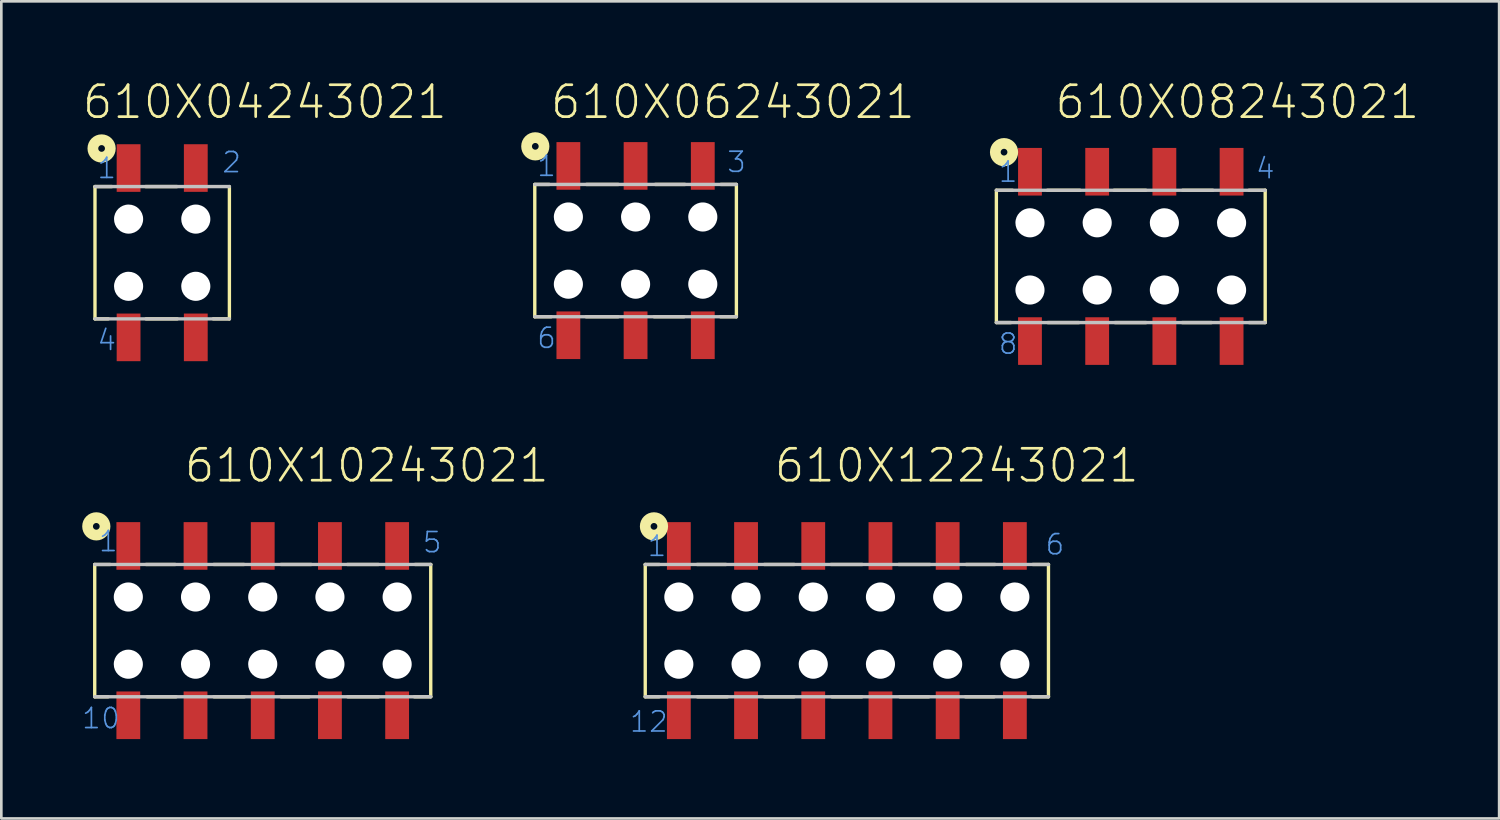
<source format=kicad_pcb>
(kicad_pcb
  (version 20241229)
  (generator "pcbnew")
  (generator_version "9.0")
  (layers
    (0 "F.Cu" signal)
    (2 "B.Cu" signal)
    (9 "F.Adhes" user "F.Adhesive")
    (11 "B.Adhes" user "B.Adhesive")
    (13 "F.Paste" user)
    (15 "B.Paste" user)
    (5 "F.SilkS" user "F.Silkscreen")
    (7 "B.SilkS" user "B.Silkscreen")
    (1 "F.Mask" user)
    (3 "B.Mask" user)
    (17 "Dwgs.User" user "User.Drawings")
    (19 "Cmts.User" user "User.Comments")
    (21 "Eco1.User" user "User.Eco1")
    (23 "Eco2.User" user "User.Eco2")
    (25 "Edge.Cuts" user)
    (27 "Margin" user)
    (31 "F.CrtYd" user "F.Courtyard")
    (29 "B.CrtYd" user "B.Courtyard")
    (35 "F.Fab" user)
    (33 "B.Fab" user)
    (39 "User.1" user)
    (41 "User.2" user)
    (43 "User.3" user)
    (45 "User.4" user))
  (footprint "610X04243021"
    (layer "F.Cu")
    (at 3.08 6.501)
    (property "Reference" "610X04243021" (at -3.08 -4.99 0) (layer "F.SilkS") (effects (font (size 1.206 1.206) (thickness 0.102)) (justify left bottom)))
    (attr through_hole)
    (fp_line (start -2.54 -2.5) (end -2.54 2.5) (stroke (width 0.127) (type solid)) (layer "F.SilkS"))
    (fp_line (start -2.04 2.5) (end -2.54 2.5) (stroke (width 0.127) (type solid)) (layer "F.SilkS"))
    (fp_line (start -1.9 -2.5) (end -2.54 -2.5) (stroke (width 0.127) (type solid)) (layer "F.SilkS"))
    (fp_line (start -0.63 -2.5) (end 0.56 -2.5) (stroke (width 0.127) (type solid)) (layer "F.SilkS"))
    (fp_line (start -0.61 2.5) (end 0.57 2.5) (stroke (width 0.127) (type solid)) (layer "F.SilkS"))
    (fp_line (start 1.93 2.5) (end 2.54 2.5) (stroke (width 0.127) (type solid)) (layer "F.SilkS"))
    (fp_line (start 2.54 2.5) (end 2.54 -2.5) (stroke (width 0.127) (type solid)) (layer "F.SilkS"))
    (fp_circle (center -2.29 -3.94) (end -2.163 -3.94) (stroke (width 0.406) (type solid)) (fill no) (layer "F.SilkS"))
    (fp_line (start -2.54 -2.5) (end 2.54 -2.5) (stroke (width 0.127) (type solid)) (layer "Dwgs.User"))
    (fp_line (start -2.54 2.5) (end 2.54 2.5) (stroke (width 0.127) (type solid)) (layer "Dwgs.User"))
    (fp_text user "4" (at -2.5 3.75 0) (layer "Cmts.User") (effects (font (size 0.76 0.76) (thickness 0.064)) (justify left bottom)))
    (fp_text user "2" (at 2.22 -2.97 0) (layer "Cmts.User") (effects (font (size 0.76 0.76) (thickness 0.064)) (justify left bottom)))
    (fp_text user "1" (at -2.5 -2.75 0) (layer "Cmts.User") (effects (font (size 0.76 0.76) (thickness 0.064)) (justify left bottom)))
    (pad "" np_thru_hole circle (at -1.27 -1.27) (size 1.1 1.1) (drill 1.1) (layers "*.Cu"))
    (pad "" np_thru_hole circle (at -1.27 1.27) (size 1.1 1.1) (drill 1.1) (layers "*.Cu"))
    (pad "" np_thru_hole circle (at 1.27 -1.27) (size 1.1 1.1) (drill 1.1) (layers "*.Cu"))
    (pad "" np_thru_hole circle (at 1.27 1.27) (size 1.1 1.1) (drill 1.1) (layers "*.Cu"))
    (pad "1" smd rect (at -1.27 -3.2 90) (size 1.8 0.9) (layers "F.Cu" "F.Mask" "F.Paste"))
    (pad "2" smd rect (at 1.27 -3.2 90) (size 1.8 0.9) (layers "F.Cu" "F.Mask" "F.Paste"))
    (pad "3" smd rect (at 1.27 3.2 90) (size 1.8 0.9) (layers "F.Cu" "F.Mask" "F.Paste"))
    (pad "4" smd rect (at -1.27 3.2 90) (size 1.8 0.9) (layers "F.Cu" "F.Mask" "F.Paste")))
  (footprint "610X10243021"
    (layer "F.Cu")
    (at 6.88 20.784)
    (property "Reference" "610X10243021" (at -3.025 -5.532 0) (layer "F.SilkS") (effects (font (size 1.206 1.206) (thickness 0.102)) (justify left bottom)))
    (attr through_hole)
    (fp_line (start -6.35 -2.5) (end -6.35 2.5) (stroke (width 0.127) (type solid)) (layer "F.SilkS"))
    (fp_line (start -5.84 2.5) (end -6.35 2.5) (stroke (width 0.127) (type solid)) (layer "F.SilkS"))
    (fp_line (start -5.77 -2.5) (end -6.35 -2.5) (stroke (width 0.127) (type solid)) (layer "F.SilkS"))
    (fp_line (start -4.41 -2.5) (end -3.31 -2.5) (stroke (width 0.127) (type solid)) (layer "F.SilkS"))
    (fp_line (start -4.37 2.5) (end -3.27 2.5) (stroke (width 0.127) (type solid)) (layer "F.SilkS"))
    (fp_line (start -1.85 -2.5) (end -0.71 -2.5) (stroke (width 0.127) (type solid)) (layer "F.SilkS"))
    (fp_line (start -1.85 2.5) (end -0.69 2.5) (stroke (width 0.127) (type solid)) (layer "F.SilkS"))
    (fp_line (start 0.69 -2.5) (end 1.83 -2.5) (stroke (width 0.127) (type solid)) (layer "F.SilkS"))
    (fp_line (start 0.69 2.5) (end 1.76 2.5) (stroke (width 0.127) (type solid)) (layer "F.SilkS"))
    (fp_line (start 3.2 -2.5) (end 4.37 -2.5) (stroke (width 0.127) (type solid)) (layer "F.SilkS"))
    (fp_line (start 3.21 2.5) (end 4.38 2.5) (stroke (width 0.127) (type solid)) (layer "F.SilkS"))
    (fp_line (start 5.73 2.5) (end 6.35 2.5) (stroke (width 0.127) (type solid)) (layer "F.SilkS"))
    (fp_line (start 5.76 -2.5) (end 6.35 -2.5) (stroke (width 0.127) (type solid)) (layer "F.SilkS"))
    (fp_line (start 6.35 2.5) (end 6.35 -2.5) (stroke (width 0.127) (type solid)) (layer "F.SilkS"))
    (fp_circle (center -6.29 -3.94) (end -6.163 -3.94) (stroke (width 0.406) (type solid)) (fill no) (layer "F.SilkS"))
    (fp_line (start -6.35 -2.5) (end 6.35 -2.5) (stroke (width 0.127) (type solid)) (layer "Dwgs.User"))
    (fp_line (start -6.35 2.5) (end 6.35 2.5) (stroke (width 0.127) (type solid)) (layer "Dwgs.User"))
    (fp_text user "5" (at 6 -2.89 0) (layer "Cmts.User") (effects (font (size 0.76 0.76) (thickness 0.064)) (justify left bottom)))
    (fp_text user "10" (at -6.88 3.76 0) (layer "Cmts.User") (effects (font (size 0.76 0.76) (thickness 0.064)) (justify left bottom)))
    (fp_text user "1" (at -6.24 -2.93 0) (layer "Cmts.User") (effects (font (size 0.76 0.76) (thickness 0.064)) (justify left bottom)))
    (pad "" np_thru_hole circle (at -5.08 -1.27) (size 1.1 1.1) (drill 1.1) (layers "*.Cu"))
    (pad "" np_thru_hole circle (at -5.08 1.27) (size 1.1 1.1) (drill 1.1) (layers "*.Cu"))
    (pad "" np_thru_hole circle (at -2.54 -1.27) (size 1.1 1.1) (drill 1.1) (layers "*.Cu"))
    (pad "" np_thru_hole circle (at -2.54 1.27) (size 1.1 1.1) (drill 1.1) (layers "*.Cu"))
    (pad "" np_thru_hole circle (at 0 -1.27) (size 1.1 1.1) (drill 1.1) (layers "*.Cu"))
    (pad "" np_thru_hole circle (at 0 1.27) (size 1.1 1.1) (drill 1.1) (layers "*.Cu"))
    (pad "" np_thru_hole circle (at 2.54 -1.27) (size 1.1 1.1) (drill 1.1) (layers "*.Cu"))
    (pad "" np_thru_hole circle (at 2.54 1.27) (size 1.1 1.1) (drill 1.1) (layers "*.Cu"))
    (pad "" np_thru_hole circle (at 5.08 -1.27) (size 1.1 1.1) (drill 1.1) (layers "*.Cu"))
    (pad "" np_thru_hole circle (at 5.08 1.27) (size 1.1 1.1) (drill 1.1) (layers "*.Cu"))
    (pad "1" smd rect (at -5.08 -3.2 90) (size 1.8 0.9) (layers "F.Cu" "F.Mask" "F.Paste"))
    (pad "2" smd rect (at -2.54 -3.2 90) (size 1.8 0.9) (layers "F.Cu" "F.Mask" "F.Paste"))
    (pad "3" smd rect (at 0 -3.2 90) (size 1.8 0.9) (layers "F.Cu" "F.Mask" "F.Paste"))
    (pad "4" smd rect (at 2.54 -3.2 90) (size 1.8 0.9) (layers "F.Cu" "F.Mask" "F.Paste"))
    (pad "5" smd rect (at 5.08 -3.2 90) (size 1.8 0.9) (layers "F.Cu" "F.Mask" "F.Paste"))
    (pad "6" smd rect (at 5.08 3.2 90) (size 1.8 0.9) (layers "F.Cu" "F.Mask" "F.Paste"))
    (pad "7" smd rect (at 2.54 3.2 90) (size 1.8 0.9) (layers "F.Cu" "F.Mask" "F.Paste"))
    (pad "8" smd rect (at 0 3.2 90) (size 1.8 0.9) (layers "F.Cu" "F.Mask" "F.Paste"))
    (pad "9" smd rect (at -2.54 3.2 90) (size 1.8 0.9) (layers "F.Cu" "F.Mask" "F.Paste"))
    (pad "10" smd rect (at -5.08 3.2 90) (size 1.8 0.9) (layers "F.Cu" "F.Mask" "F.Paste")))
  (footprint "610X06243021"
    (layer "F.Cu")
    (at 20.972 6.421)
    (property "Reference" "610X06243021" (at -3.28 -4.91 0) (layer "F.SilkS") (effects (font (size 1.206 1.206) (thickness 0.102)) (justify left bottom)))
    (attr through_hole)
    (fp_line (start -3.81 -2.5) (end -3.81 2.5) (stroke (width 0.127) (type solid)) (layer "F.SilkS"))
    (fp_line (start -3.26 -2.5) (end -3.81 -2.5) (stroke (width 0.127) (type solid)) (layer "F.SilkS"))
    (fp_line (start -3.19 2.5) (end -3.81 2.5) (stroke (width 0.127) (type solid)) (layer "F.SilkS"))
    (fp_line (start -1.87 2.5) (end -0.66 2.5) (stroke (width 0.127) (type solid)) (layer "F.SilkS"))
    (fp_line (start -1.86 -2.5) (end -0.65 -2.5) (stroke (width 0.127) (type solid)) (layer "F.SilkS"))
    (fp_line (start 0.7 2.5) (end 1.83 2.5) (stroke (width 0.127) (type solid)) (layer "F.SilkS"))
    (fp_line (start 0.74 -2.5) (end 1.87 -2.5) (stroke (width 0.127) (type solid)) (layer "F.SilkS"))
    (fp_line (start 3.21 2.5) (end 3.81 2.5) (stroke (width 0.127) (type solid)) (layer "F.SilkS"))
    (fp_line (start 3.22 -2.5) (end 3.81 -2.5) (stroke (width 0.127) (type solid)) (layer "F.SilkS"))
    (fp_line (start 3.81 2.5) (end 3.81 -2.5) (stroke (width 0.127) (type solid)) (layer "F.SilkS"))
    (fp_circle (center -3.79 -3.94) (end -3.663 -3.94) (stroke (width 0.406) (type solid)) (fill no) (layer "F.SilkS"))
    (fp_line (start -3.81 -2.5) (end 3.81 -2.5) (stroke (width 0.127) (type solid)) (layer "Dwgs.User"))
    (fp_line (start -3.81 2.5) (end 3.81 2.5) (stroke (width 0.127) (type solid)) (layer "Dwgs.User"))
    (fp_text user "3" (at 3.41 -2.9 0) (layer "Cmts.User") (effects (font (size 0.76 0.76) (thickness 0.064)) (justify left bottom)))
    (fp_text user "1" (at -3.77 -2.75 0) (layer "Cmts.User") (effects (font (size 0.76 0.76) (thickness 0.064)) (justify left bottom)))
    (fp_text user "6" (at -3.77 3.75 0) (layer "Cmts.User") (effects (font (size 0.76 0.76) (thickness 0.064)) (justify left bottom)))
    (pad "" np_thru_hole circle (at -2.54 -1.27) (size 1.1 1.1) (drill 1.1) (layers "*.Cu"))
    (pad "" np_thru_hole circle (at -2.54 1.27) (size 1.1 1.1) (drill 1.1) (layers "*.Cu"))
    (pad "" np_thru_hole circle (at 0 -1.27) (size 1.1 1.1) (drill 1.1) (layers "*.Cu"))
    (pad "" np_thru_hole circle (at 0 1.27) (size 1.1 1.1) (drill 1.1) (layers "*.Cu"))
    (pad "" np_thru_hole circle (at 2.54 -1.27) (size 1.1 1.1) (drill 1.1) (layers "*.Cu"))
    (pad "" np_thru_hole circle (at 2.54 1.27) (size 1.1 1.1) (drill 1.1) (layers "*.Cu"))
    (pad "1" smd rect (at -2.54 -3.2 90) (size 1.8 0.9) (layers "F.Cu" "F.Mask" "F.Paste"))
    (pad "2" smd rect (at 0 -3.2 90) (size 1.8 0.9) (layers "F.Cu" "F.Mask" "F.Paste"))
    (pad "3" smd rect (at 2.54 -3.2 90) (size 1.8 0.9) (layers "F.Cu" "F.Mask" "F.Paste"))
    (pad "4" smd rect (at 2.54 3.2 90) (size 1.8 0.9) (layers "F.Cu" "F.Mask" "F.Paste"))
    (pad "5" smd rect (at 0 3.2 90) (size 1.8 0.9) (layers "F.Cu" "F.Mask" "F.Paste"))
    (pad "6" smd rect (at -2.54 3.2 90) (size 1.8 0.9) (layers "F.Cu" "F.Mask" "F.Paste")))
  (footprint "610X08243021"
    (layer "F.Cu")
    (at 39.688 6.641)
    (property "Reference" "610X08243021" (at -2.93 -5.13 0) (layer "F.SilkS") (effects (font (size 1.206 1.206) (thickness 0.102)) (justify left bottom)))
    (attr through_hole)
    (fp_line (start -5.08 -2.5) (end -5.08 2.5) (stroke (width 0.127) (type solid)) (layer "F.SilkS"))
    (fp_line (start -4.53 2.5) (end -5.08 2.5) (stroke (width 0.127) (type solid)) (layer "F.SilkS"))
    (fp_line (start -4.47 -2.5) (end -5.08 -2.5) (stroke (width 0.127) (type solid)) (layer "F.SilkS"))
    (fp_line (start -3.15 -2.5) (end -1.92 -2.5) (stroke (width 0.127) (type solid)) (layer "F.SilkS"))
    (fp_line (start -3.14 2.5) (end -1.96 2.5) (stroke (width 0.127) (type solid)) (layer "F.SilkS"))
    (fp_line (start -0.63 -2.5) (end 0.57 -2.5) (stroke (width 0.127) (type solid)) (layer "F.SilkS"))
    (fp_line (start -0.6 2.5) (end 0.58 2.5) (stroke (width 0.127) (type solid)) (layer "F.SilkS"))
    (fp_line (start 1.94 2.5) (end 3.05 2.5) (stroke (width 0.127) (type solid)) (layer "F.SilkS"))
    (fp_line (start 1.96 -2.5) (end 3.1 -2.5) (stroke (width 0.127) (type solid)) (layer "F.SilkS"))
    (fp_line (start 4.47 2.5) (end 5.08 2.5) (stroke (width 0.127) (type solid)) (layer "F.SilkS"))
    (fp_line (start 5.08 -2.5) (end 4.47 -2.5) (stroke (width 0.127) (type solid)) (layer "F.SilkS"))
    (fp_line (start 5.08 2.5) (end 5.08 -2.5) (stroke (width 0.127) (type solid)) (layer "F.SilkS"))
    (fp_circle (center -4.79 -3.94) (end -4.663 -3.94) (stroke (width 0.406) (type solid)) (fill no) (layer "F.SilkS"))
    (fp_line (start -5.08 -2.5) (end 5.08 -2.5) (stroke (width 0.127) (type solid)) (layer "Dwgs.User"))
    (fp_line (start -5.08 2.5) (end 5.08 2.5) (stroke (width 0.127) (type solid)) (layer "Dwgs.User"))
    (fp_text user "8" (at -5.04 3.75 0) (layer "Cmts.User") (effects (font (size 0.76 0.76) (thickness 0.064)) (justify left bottom)))
    (fp_text user "4" (at 4.68 -2.88 0) (layer "Cmts.User") (effects (font (size 0.76 0.76) (thickness 0.064)) (justify left bottom)))
    (fp_text user "1" (at -5.04 -2.75 0) (layer "Cmts.User") (effects (font (size 0.76 0.76) (thickness 0.064)) (justify left bottom)))
    (pad "" np_thru_hole circle (at -3.81 -1.27) (size 1.1 1.1) (drill 1.1) (layers "*.Cu"))
    (pad "" np_thru_hole circle (at -3.81 1.27) (size 1.1 1.1) (drill 1.1) (layers "*.Cu"))
    (pad "" np_thru_hole circle (at -1.27 -1.27) (size 1.1 1.1) (drill 1.1) (layers "*.Cu"))
    (pad "" np_thru_hole circle (at -1.27 1.27) (size 1.1 1.1) (drill 1.1) (layers "*.Cu"))
    (pad "" np_thru_hole circle (at 1.27 -1.27) (size 1.1 1.1) (drill 1.1) (layers "*.Cu"))
    (pad "" np_thru_hole circle (at 1.27 1.27) (size 1.1 1.1) (drill 1.1) (layers "*.Cu"))
    (pad "" np_thru_hole circle (at 3.81 -1.27) (size 1.1 1.1) (drill 1.1) (layers "*.Cu"))
    (pad "" np_thru_hole circle (at 3.81 1.27) (size 1.1 1.1) (drill 1.1) (layers "*.Cu"))
    (pad "1" smd rect (at -3.81 -3.2 90) (size 1.8 0.9) (layers "F.Cu" "F.Mask" "F.Paste"))
    (pad "2" smd rect (at -1.27 -3.2 90) (size 1.8 0.9) (layers "F.Cu" "F.Mask" "F.Paste"))
    (pad "3" smd rect (at 1.27 -3.2 90) (size 1.8 0.9) (layers "F.Cu" "F.Mask" "F.Paste"))
    (pad "4" smd rect (at 3.81 -3.2 90) (size 1.8 0.9) (layers "F.Cu" "F.Mask" "F.Paste"))
    (pad "5" smd rect (at 3.81 3.2 90) (size 1.8 0.9) (layers "F.Cu" "F.Mask" "F.Paste"))
    (pad "6" smd rect (at 1.27 3.2 90) (size 1.8 0.9) (layers "F.Cu" "F.Mask" "F.Paste"))
    (pad "7" smd rect (at -1.27 3.2 90) (size 1.8 0.9) (layers "F.Cu" "F.Mask" "F.Paste"))
    (pad "8" smd rect (at -3.81 3.2 90) (size 1.8 0.9) (layers "F.Cu" "F.Mask" "F.Paste")))
  (footprint "610X12243021"
    (layer "F.Cu")
    (at 28.957 20.784)
    (property "Reference" "610X12243021" (at -2.805 -5.532 0) (layer "F.SilkS") (effects (font (size 1.206 1.206) (thickness 0.102)) (justify left bottom)))
    (attr through_hole)
    (fp_line (start -7.62 -2.5) (end -7.62 2.5) (stroke (width 0.127) (type solid)) (layer "F.SilkS"))
    (fp_line (start -7.09 -2.5) (end -7.62 -2.5) (stroke (width 0.127) (type solid)) (layer "F.SilkS"))
    (fp_line (start -7.09 2.5) (end -7.62 2.5) (stroke (width 0.127) (type solid)) (layer "F.SilkS"))
    (fp_line (start -5.66 -2.5) (end -4.57 -2.5) (stroke (width 0.127) (type solid)) (layer "F.SilkS"))
    (fp_line (start -5.65 2.5) (end -4.51 2.5) (stroke (width 0.127) (type solid)) (layer "F.SilkS"))
    (fp_line (start -3.12 -2.5) (end -1.99 -2.5) (stroke (width 0.127) (type solid)) (layer "F.SilkS"))
    (fp_line (start -3.12 2.5) (end -1.99 2.5) (stroke (width 0.127) (type solid)) (layer "F.SilkS"))
    (fp_line (start -0.6 -2.5) (end 0.58 -2.5) (stroke (width 0.127) (type solid)) (layer "F.SilkS"))
    (fp_line (start -0.57 2.5) (end 0.57 2.5) (stroke (width 0.127) (type solid)) (layer "F.SilkS"))
    (fp_line (start 1.96 -2.5) (end 3.14 -2.5) (stroke (width 0.127) (type solid)) (layer "F.SilkS"))
    (fp_line (start 2 2.5) (end 3.1 2.5) (stroke (width 0.127) (type solid)) (layer "F.SilkS"))
    (fp_line (start 4.48 2.5) (end 5.57 2.5) (stroke (width 0.127) (type solid)) (layer "F.SilkS"))
    (fp_line (start 4.51 -2.5) (end 5.6 -2.5) (stroke (width 0.127) (type solid)) (layer "F.SilkS"))
    (fp_line (start 7.01 2.5) (end 7.62 2.5) (stroke (width 0.127) (type solid)) (layer "F.SilkS"))
    (fp_line (start 7.03 -2.5) (end 7.62 -2.5) (stroke (width 0.127) (type solid)) (layer "F.SilkS"))
    (fp_line (start 7.62 2.5) (end 7.62 -2.5) (stroke (width 0.127) (type solid)) (layer "F.SilkS"))
    (fp_circle (center -7.29 -3.94) (end -7.163 -3.94) (stroke (width 0.406) (type solid)) (fill no) (layer "F.SilkS"))
    (fp_line (start -7.62 -2.5) (end 7.62 -2.5) (stroke (width 0.127) (type solid)) (layer "Dwgs.User"))
    (fp_line (start -7.62 2.5) (end 7.62 2.5) (stroke (width 0.127) (type solid)) (layer "Dwgs.User"))
    (fp_text user "12" (at -8.25 3.89 0) (layer "Cmts.User") (effects (font (size 0.76 0.76) (thickness 0.064)) (justify left bottom)))
    (fp_text user "6" (at 7.46 -2.81 0) (layer "Cmts.User") (effects (font (size 0.76 0.76) (thickness 0.064)) (justify left bottom)))
    (fp_text user "1" (at -7.58 -2.75 0) (layer "Cmts.User") (effects (font (size 0.76 0.76) (thickness 0.064)) (justify left bottom)))
    (pad "" np_thru_hole circle (at -6.35 -1.27) (size 1.1 1.1) (drill 1.1) (layers "*.Cu"))
    (pad "" np_thru_hole circle (at -6.35 1.27) (size 1.1 1.1) (drill 1.1) (layers "*.Cu"))
    (pad "" np_thru_hole circle (at -3.81 -1.27) (size 1.1 1.1) (drill 1.1) (layers "*.Cu"))
    (pad "" np_thru_hole circle (at -3.81 1.27) (size 1.1 1.1) (drill 1.1) (layers "*.Cu"))
    (pad "" np_thru_hole circle (at -1.27 -1.27) (size 1.1 1.1) (drill 1.1) (layers "*.Cu"))
    (pad "" np_thru_hole circle (at -1.27 1.27) (size 1.1 1.1) (drill 1.1) (layers "*.Cu"))
    (pad "" np_thru_hole circle (at 1.27 -1.27) (size 1.1 1.1) (drill 1.1) (layers "*.Cu"))
    (pad "" np_thru_hole circle (at 1.27 1.27) (size 1.1 1.1) (drill 1.1) (layers "*.Cu"))
    (pad "" np_thru_hole circle (at 3.81 -1.27) (size 1.1 1.1) (drill 1.1) (layers "*.Cu"))
    (pad "" np_thru_hole circle (at 3.81 1.27) (size 1.1 1.1) (drill 1.1) (layers "*.Cu"))
    (pad "" np_thru_hole circle (at 6.35 -1.27) (size 1.1 1.1) (drill 1.1) (layers "*.Cu"))
    (pad "" np_thru_hole circle (at 6.35 1.27) (size 1.1 1.1) (drill 1.1) (layers "*.Cu"))
    (pad "1" smd rect (at -6.35 -3.2 90) (size 1.8 0.9) (layers "F.Cu" "F.Mask" "F.Paste"))
    (pad "2" smd rect (at -3.81 -3.2 90) (size 1.8 0.9) (layers "F.Cu" "F.Mask" "F.Paste"))
    (pad "3" smd rect (at -1.27 -3.2 90) (size 1.8 0.9) (layers "F.Cu" "F.Mask" "F.Paste"))
    (pad "4" smd rect (at 1.27 -3.2 90) (size 1.8 0.9) (layers "F.Cu" "F.Mask" "F.Paste"))
    (pad "5" smd rect (at 3.81 -3.2 90) (size 1.8 0.9) (layers "F.Cu" "F.Mask" "F.Paste"))
    (pad "6" smd rect (at 6.35 -3.2 90) (size 1.8 0.9) (layers "F.Cu" "F.Mask" "F.Paste"))
    (pad "7" smd rect (at 6.35 3.2 90) (size 1.8 0.9) (layers "F.Cu" "F.Mask" "F.Paste"))
    (pad "8" smd rect (at 3.81 3.2 90) (size 1.8 0.9) (layers "F.Cu" "F.Mask" "F.Paste"))
    (pad "9" smd rect (at 1.27 3.2 90) (size 1.8 0.9) (layers "F.Cu" "F.Mask" "F.Paste"))
    (pad "10" smd rect (at -1.27 3.2 90) (size 1.8 0.9) (layers "F.Cu" "F.Mask" "F.Paste"))
    (pad "11" smd rect (at -3.81 3.2 90) (size 1.8 0.9) (layers "F.Cu" "F.Mask" "F.Paste"))
    (pad "12" smd rect (at -6.35 3.2 90) (size 1.8 0.9) (layers "F.Cu" "F.Mask" "F.Paste")))
  (gr_rect
    (start -3 -3)
    (end 53.61 27.884)
    (stroke (width 0.1) (type default))
    (fill no)
    (layer "Edge.Cuts")))
</source>
